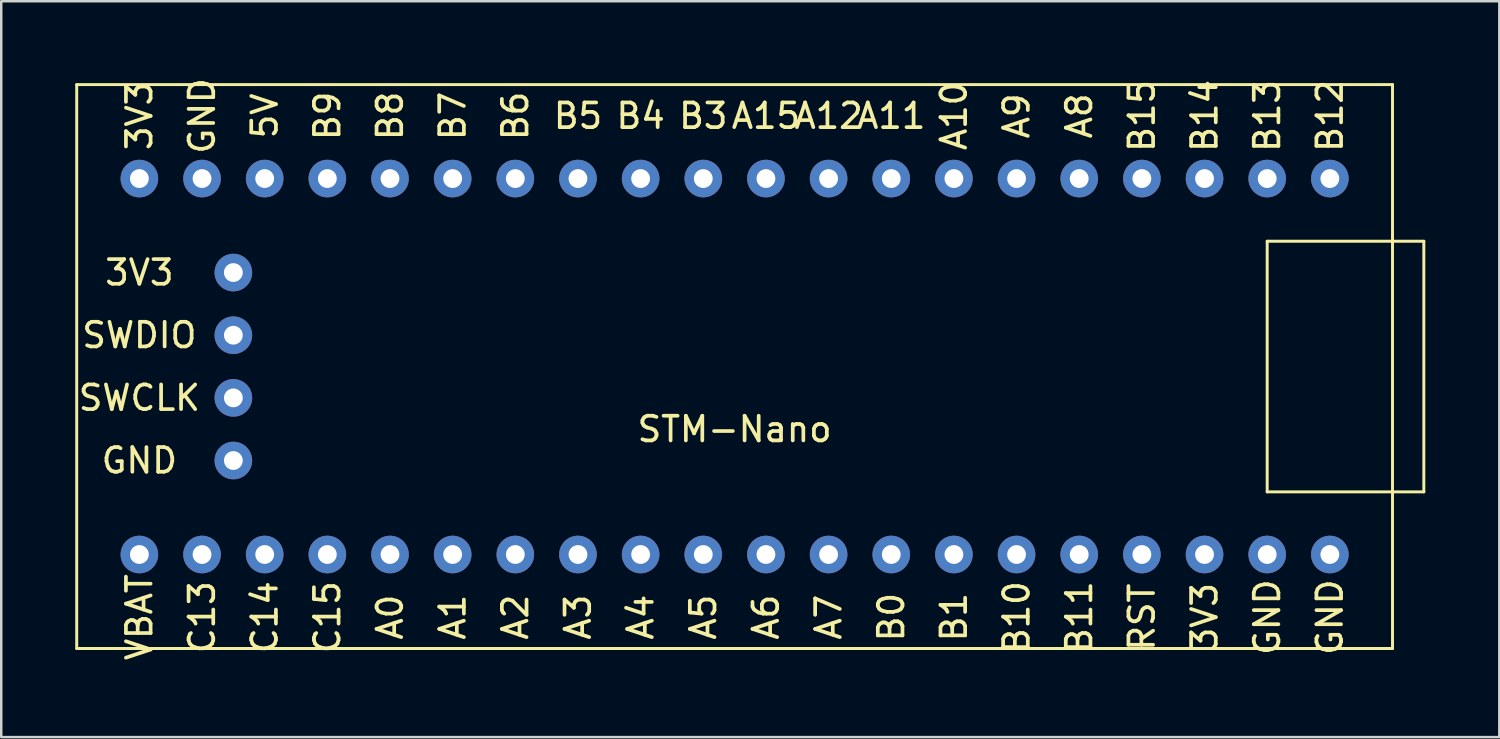
<source format=kicad_pcb>
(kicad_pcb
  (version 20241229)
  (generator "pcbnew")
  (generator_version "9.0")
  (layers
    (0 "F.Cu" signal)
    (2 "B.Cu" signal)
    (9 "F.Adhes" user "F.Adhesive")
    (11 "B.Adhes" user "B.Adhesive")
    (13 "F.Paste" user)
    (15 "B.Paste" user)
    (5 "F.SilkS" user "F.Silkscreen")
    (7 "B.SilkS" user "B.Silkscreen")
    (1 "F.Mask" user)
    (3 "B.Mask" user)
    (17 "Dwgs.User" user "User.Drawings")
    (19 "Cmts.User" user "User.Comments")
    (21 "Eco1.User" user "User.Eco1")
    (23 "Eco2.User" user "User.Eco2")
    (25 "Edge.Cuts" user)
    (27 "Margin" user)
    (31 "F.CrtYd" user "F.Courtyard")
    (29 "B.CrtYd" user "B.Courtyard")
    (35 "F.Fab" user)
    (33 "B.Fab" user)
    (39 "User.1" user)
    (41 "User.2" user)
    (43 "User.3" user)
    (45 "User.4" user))
  (footprint "STM-Nano"
    (layer "F.Cu")
    (at 10.22 6.729)
    (property "Reference" "STM-Nano" (at 16.51 7.62 0) (layer "F.SilkS") (effects (font (size 1 1) (thickness 0.15))))
    (attr through_hole)
    (fp_line (start -10.16 -6.35) (end 43.18 -6.35) (stroke (width 0.12) (type solid)) (layer "F.SilkS"))
    (fp_line (start -10.16 16.51) (end -10.16 -6.35) (stroke (width 0.12) (type solid)) (layer "F.SilkS"))
    (fp_line (start 38.1 0) (end 38.1 10.16) (stroke (width 0.12) (type solid)) (layer "F.SilkS"))
    (fp_line (start 38.1 10.16) (end 44.45 10.16) (stroke (width 0.12) (type solid)) (layer "F.SilkS"))
    (fp_line (start 43.18 -6.35) (end 43.18 16.51) (stroke (width 0.12) (type solid)) (layer "F.SilkS"))
    (fp_line (start 43.18 16.51) (end -10.16 16.51) (stroke (width 0.12) (type solid)) (layer "F.SilkS"))
    (fp_line (start 44.45 0) (end 38.1 0) (stroke (width 0.12) (type solid)) (layer "F.SilkS"))
    (fp_line (start 44.45 10.16) (end 44.45 0) (stroke (width 0.12) (type solid)) (layer "F.SilkS"))
    (fp_text user "A2" (at 7.62 15.24 90) (layer "F.SilkS") (effects (font (size 1 1) (thickness 0.15))))
    (fp_text user "SWCLK" (at -7.62 6.35 0) (layer "F.SilkS") (effects (font (size 1 1) (thickness 0.15))))
    (fp_text user "RST" (at 33.02 15.24 90) (layer "F.SilkS") (effects (font (size 1 1) (thickness 0.15))))
    (fp_text user "A5" (at 15.24 15.24 90) (layer "F.SilkS") (effects (font (size 1 1) (thickness 0.15))))
    (fp_text user "B8" (at 2.54 -5.08 90) (layer "F.SilkS") (effects (font (size 1 1) (thickness 0.15))))
    (fp_text user "GND" (at 40.64 15.24 90) (layer "F.SilkS") (effects (font (size 1 1) (thickness 0.15))))
    (fp_text user "3V3" (at -7.62 -5.08 90) (layer "F.SilkS") (effects (font (size 1 1) (thickness 0.15))))
    (fp_text user "GND" (at 38.1 15.24 90) (layer "F.SilkS") (effects (font (size 1 1) (thickness 0.15))))
    (fp_text user "A15" (at 17.78 -5.08 0) (layer "F.SilkS") (effects (font (size 1 1) (thickness 0.15))))
    (fp_text user "C14" (at -2.54 15.24 90) (layer "F.SilkS") (effects (font (size 1 1) (thickness 0.15))))
    (fp_text user "B6" (at 7.62 -5.08 90) (layer "F.SilkS") (effects (font (size 1 1) (thickness 0.15))))
    (fp_text user "A0" (at 2.54 15.24 90) (layer "F.SilkS") (effects (font (size 1 1) (thickness 0.15))))
    (fp_text user "A7" (at 20.32 15.24 90) (layer "F.SilkS") (effects (font (size 1 1) (thickness 0.15))))
    (fp_text user "B7" (at 5.08 -5.08 90) (layer "F.SilkS") (effects (font (size 1 1) (thickness 0.15))))
    (fp_text user "B10" (at 27.94 15.24 90) (layer "F.SilkS") (effects (font (size 1 1) (thickness 0.15))))
    (fp_text user "B13" (at 38.1 -5.08 90) (layer "F.SilkS") (effects (font (size 1 1) (thickness 0.15))))
    (fp_text user "GND" (at -7.62 8.89 0) (layer "F.SilkS") (effects (font (size 1 1) (thickness 0.15))))
    (fp_text user "VBAT" (at -7.62 15.24 90) (layer "F.SilkS") (effects (font (size 1 1) (thickness 0.15))))
    (fp_text user "B9" (at 0 -5.08 90) (layer "F.SilkS") (effects (font (size 1 1) (thickness 0.15))))
    (fp_text user "A9" (at 27.94 -5.08 90) (layer "F.SilkS") (effects (font (size 1 1) (thickness 0.15))))
    (fp_text user "A12" (at 20.32 -5.08 0) (layer "F.SilkS") (effects (font (size 1 1) (thickness 0.15))))
    (fp_text user "B14" (at 35.56 -5.08 90) (layer "F.SilkS") (effects (font (size 1 1) (thickness 0.15))))
    (fp_text user "A3" (at 10.16 15.24 90) (layer "F.SilkS") (effects (font (size 1 1) (thickness 0.15))))
    (fp_text user "A1" (at 5.08 15.24 90) (layer "F.SilkS") (effects (font (size 1 1) (thickness 0.15))))
    (fp_text user "A11" (at 22.86 -5.08 0) (layer "F.SilkS") (effects (font (size 1 1) (thickness 0.15))))
    (fp_text user "A8" (at 30.48 -5.08 90) (layer "F.SilkS") (effects (font (size 1 1) (thickness 0.15))))
    (fp_text user "A6" (at 17.78 15.24 90) (layer "F.SilkS") (effects (font (size 1 1) (thickness 0.15))))
    (fp_text user "5V" (at -2.54 -5.08 90) (layer "F.SilkS") (effects (font (size 1 1) (thickness 0.15))))
    (fp_text user "SWDIO" (at -7.62 3.81 0) (layer "F.SilkS") (effects (font (size 1 1) (thickness 0.15))))
    (fp_text user "A4" (at 12.7 15.24 90) (layer "F.SilkS") (effects (font (size 1 1) (thickness 0.15))))
    (fp_text user "B0" (at 22.86 15.24 90) (layer "F.SilkS") (effects (font (size 1 1) (thickness 0.15))))
    (fp_text user "B12" (at 40.64 -5.08 90) (layer "F.SilkS") (effects (font (size 1 1) (thickness 0.15))))
    (fp_text user "B11" (at 30.48 15.24 90) (layer "F.SilkS") (effects (font (size 1 1) (thickness 0.15))))
    (fp_text user "B3" (at 15.24 -5.08 0) (layer "F.SilkS") (effects (font (size 1 1) (thickness 0.15))))
    (fp_text user "B4" (at 12.7 -5.08 0) (layer "F.SilkS") (effects (font (size 1 1) (thickness 0.15))))
    (fp_text user "C13" (at -5.08 15.24 90) (layer "F.SilkS") (effects (font (size 1 1) (thickness 0.15))))
    (fp_text user "3V3" (at -7.62 1.27 0) (layer "F.SilkS") (effects (font (size 1 1) (thickness 0.15))))
    (fp_text user "3V3" (at 35.56 15.24 90) (layer "F.SilkS") (effects (font (size 1 1) (thickness 0.15))))
    (fp_text user "B1" (at 25.4 15.24 90) (layer "F.SilkS") (effects (font (size 1 1) (thickness 0.15))))
    (fp_text user "GND" (at -5.08 -5.08 90) (layer "F.SilkS") (effects (font (size 1 1) (thickness 0.15))))
    (fp_text user "B5" (at 10.16 -5.08 0) (layer "F.SilkS") (effects (font (size 1 1) (thickness 0.15))))
    (fp_text user "C15" (at 0 15.24 90) (layer "F.SilkS") (effects (font (size 1 1) (thickness 0.15))))
    (fp_text user "B15" (at 33.02 -5.08 90) (layer "F.SilkS") (effects (font (size 1 1) (thickness 0.15))))
    (fp_text user "A10" (at 25.4 -5.08 90) (layer "F.SilkS") (effects (font (size 1 1) (thickness 0.15))))
    (pad "1" thru_hole circle (at -7.62 -2.54) (size 1.524 1.524) (drill 0.762) (layers "*.Cu" "*.Mask"))
    (pad "2" thru_hole circle (at -5.08 -2.54) (size 1.524 1.524) (drill 0.762) (layers "*.Cu" "*.Mask"))
    (pad "3" thru_hole circle (at -2.54 -2.54) (size 1.524 1.524) (drill 0.762) (layers "*.Cu" "*.Mask"))
    (pad "4" thru_hole circle (at 0 -2.54) (size 1.524 1.524) (drill 0.762) (layers "*.Cu" "*.Mask"))
    (pad "5" thru_hole circle (at 2.54 -2.54) (size 1.524 1.524) (drill 0.762) (layers "*.Cu" "*.Mask"))
    (pad "6" thru_hole circle (at 5.08 -2.54) (size 1.524 1.524) (drill 0.762) (layers "*.Cu" "*.Mask"))
    (pad "7" thru_hole circle (at 7.62 -2.54) (size 1.524 1.524) (drill 0.762) (layers "*.Cu" "*.Mask"))
    (pad "8" thru_hole circle (at 10.16 -2.54) (size 1.524 1.524) (drill 0.762) (layers "*.Cu" "*.Mask"))
    (pad "9" thru_hole circle (at 12.7 -2.54) (size 1.524 1.524) (drill 0.762) (layers "*.Cu" "*.Mask"))
    (pad "10" thru_hole circle (at 15.24 -2.54) (size 1.524 1.524) (drill 0.762) (layers "*.Cu" "*.Mask"))
    (pad "11" thru_hole circle (at 17.78 -2.54) (size 1.524 1.524) (drill 0.762) (layers "*.Cu" "*.Mask"))
    (pad "12" thru_hole circle (at 20.32 -2.54) (size 1.524 1.524) (drill 0.762) (layers "*.Cu" "*.Mask"))
    (pad "13" thru_hole circle (at 22.86 -2.54) (size 1.524 1.524) (drill 0.762) (layers "*.Cu" "*.Mask"))
    (pad "14" thru_hole circle (at 25.4 -2.54) (size 1.524 1.524) (drill 0.762) (layers "*.Cu" "*.Mask"))
    (pad "15" thru_hole circle (at 27.94 -2.54) (size 1.524 1.524) (drill 0.762) (layers "*.Cu" "*.Mask"))
    (pad "16" thru_hole circle (at 30.48 -2.54) (size 1.524 1.524) (drill 0.762) (layers "*.Cu" "*.Mask"))
    (pad "17" thru_hole circle (at 33.02 -2.54) (size 1.524 1.524) (drill 0.762) (layers "*.Cu" "*.Mask"))
    (pad "18" thru_hole circle (at 35.56 -2.54) (size 1.524 1.524) (drill 0.762) (layers "*.Cu" "*.Mask"))
    (pad "19" thru_hole circle (at 38.1 -2.54) (size 1.524 1.524) (drill 0.762) (layers "*.Cu" "*.Mask"))
    (pad "20" thru_hole circle (at 40.64 -2.54) (size 1.524 1.524) (drill 0.762) (layers "*.Cu" "*.Mask"))
    (pad "21" thru_hole circle (at 40.64 12.7) (size 1.524 1.524) (drill 0.762) (layers "*.Cu" "*.Mask"))
    (pad "22" thru_hole circle (at 38.1 12.7) (size 1.524 1.524) (drill 0.762) (layers "*.Cu" "*.Mask"))
    (pad "23" thru_hole circle (at 35.56 12.7) (size 1.524 1.524) (drill 0.762) (layers "*.Cu" "*.Mask"))
    (pad "24" thru_hole circle (at 33.02 12.7) (size 1.524 1.524) (drill 0.762) (layers "*.Cu" "*.Mask"))
    (pad "25" thru_hole circle (at 30.48 12.7) (size 1.524 1.524) (drill 0.762) (layers "*.Cu" "*.Mask"))
    (pad "26" thru_hole circle (at 27.94 12.7) (size 1.524 1.524) (drill 0.762) (layers "*.Cu" "*.Mask"))
    (pad "27" thru_hole circle (at 25.4 12.7) (size 1.524 1.524) (drill 0.762) (layers "*.Cu" "*.Mask"))
    (pad "28" thru_hole circle (at 22.86 12.7) (size 1.524 1.524) (drill 0.762) (layers "*.Cu" "*.Mask"))
    (pad "29" thru_hole circle (at 20.32 12.7) (size 1.524 1.524) (drill 0.762) (layers "*.Cu" "*.Mask"))
    (pad "30" thru_hole circle (at 17.78 12.7) (size 1.524 1.524) (drill 0.762) (layers "*.Cu" "*.Mask"))
    (pad "31" thru_hole circle (at 15.24 12.7) (size 1.524 1.524) (drill 0.762) (layers "*.Cu" "*.Mask"))
    (pad "32" thru_hole circle (at 12.7 12.7) (size 1.524 1.524) (drill 0.762) (layers "*.Cu" "*.Mask"))
    (pad "33" thru_hole circle (at 10.16 12.7) (size 1.524 1.524) (drill 0.762) (layers "*.Cu" "*.Mask"))
    (pad "34" thru_hole circle (at 7.62 12.7) (size 1.524 1.524) (drill 0.762) (layers "*.Cu" "*.Mask"))
    (pad "35" thru_hole circle (at 5.08 12.7) (size 1.524 1.524) (drill 0.762) (layers "*.Cu" "*.Mask"))
    (pad "36" thru_hole circle (at 2.54 12.7) (size 1.524 1.524) (drill 0.762) (layers "*.Cu" "*.Mask"))
    (pad "37" thru_hole circle (at 0 12.7) (size 1.524 1.524) (drill 0.762) (layers "*.Cu" "*.Mask"))
    (pad "38" thru_hole circle (at -2.54 12.7) (size 1.524 1.524) (drill 0.762) (layers "*.Cu" "*.Mask"))
    (pad "39" thru_hole circle (at -5.08 12.7) (size 1.524 1.524) (drill 0.762) (layers "*.Cu" "*.Mask"))
    (pad "40" thru_hole circle (at -7.62 12.7) (size 1.524 1.524) (drill 0.762) (layers "*.Cu" "*.Mask"))
    (pad "41" thru_hole circle (at -3.81 8.89) (size 1.524 1.524) (drill 0.762) (layers "*.Cu" "*.Mask"))
    (pad "42" thru_hole circle (at -3.81 6.35) (size 1.524 1.524) (drill 0.762) (layers "*.Cu" "*.Mask"))
    (pad "43" thru_hole circle (at -3.81 3.81) (size 1.524 1.524) (drill 0.762) (layers "*.Cu" "*.Mask"))
    (pad "44" thru_hole circle (at -3.81 1.27) (size 1.524 1.524) (drill 0.762) (layers "*.Cu" "*.Mask")))
  (gr_rect
    (start -3 -3)
    (end 57.73 26.832)
    (stroke (width 0.1) (type default))
    (fill no)
    (layer "Edge.Cuts")))
</source>
